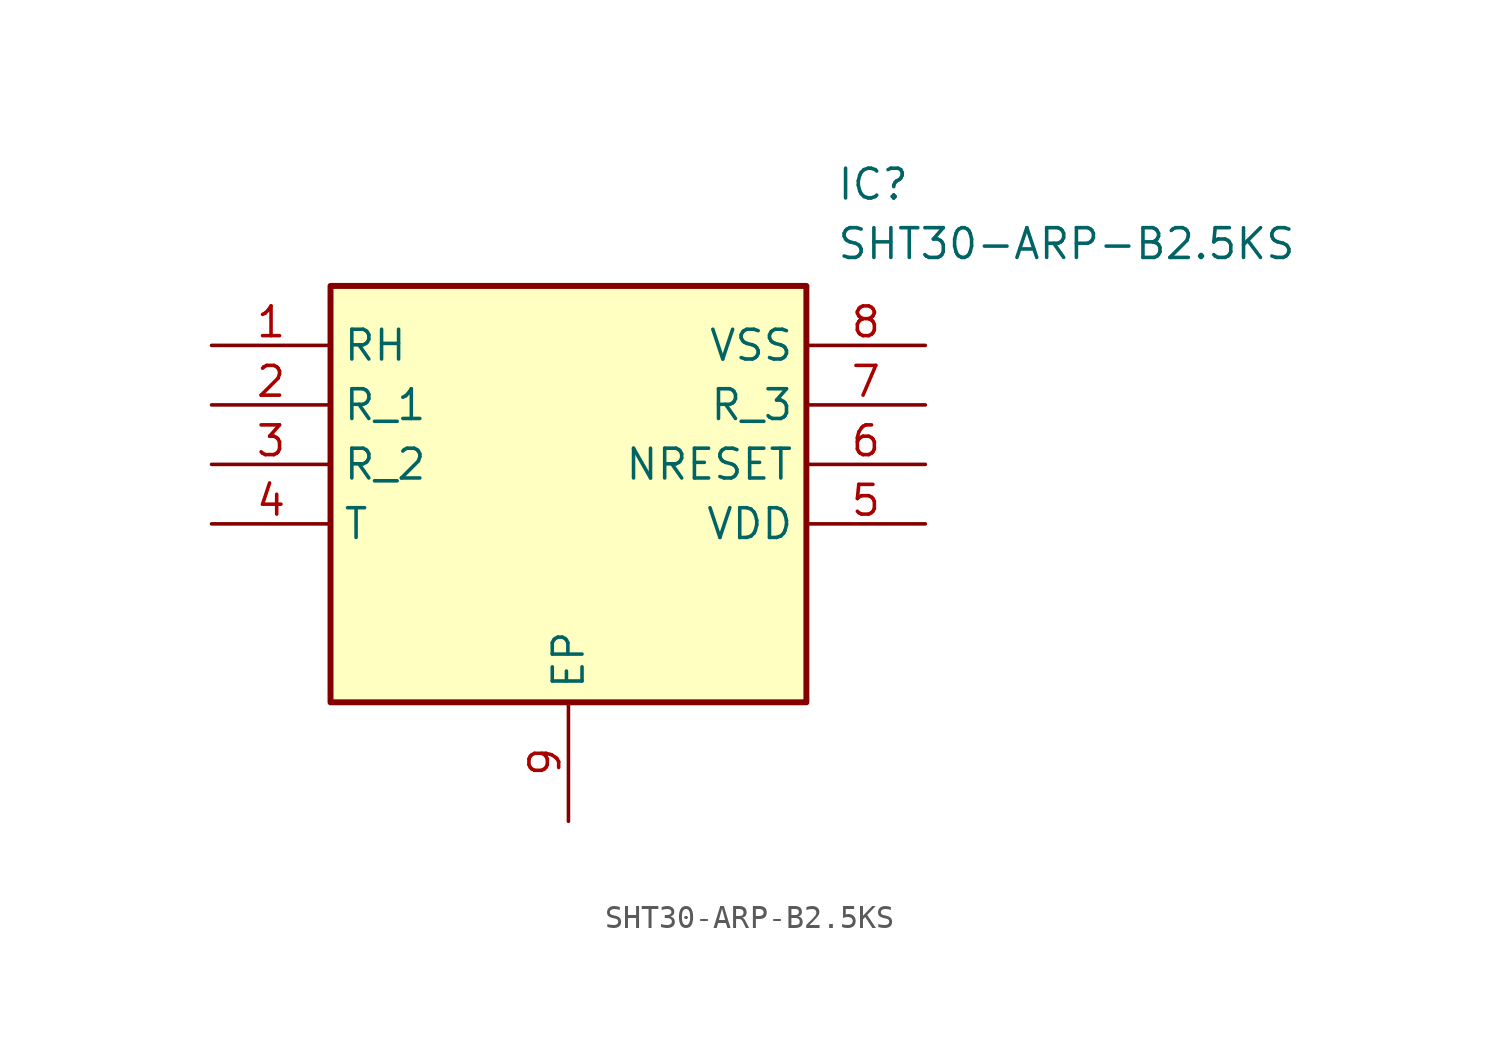
<source format=kicad_sym>
(kicad_symbol_lib
  (version 20211014)
  (generator SamacSys_ECAD_Model)
  (symbol "SHT30-ARP-B2.5KS"
    (property "Reference" "IC"
      (at 26.67 7.62 0)
      (effects (font (size 1.27 1.27)) (justify left top)))
    (property "Value" "SHT30-ARP-B2.5KS"
      (at 26.67 5.08 0)
      (effects (font (size 1.27 1.27)) (justify left top)))
    (rectangle
      (start 5.08 2.54)
      (end 25.4 -15.24)
      (stroke (width 0.254) (type default))
      (fill (type background)))
    (pin passive line
      (at 0 0 0)
      (length 5.08)
      (name "RH" (effects (font (size 1.27 1.27))))
      (number "1" (effects (font (size 1.27 1.27)))))
    (pin passive line
      (at 0 -2.54 0)
      (length 5.08)
      (name "R_1" (effects (font (size 1.27 1.27))))
      (number "2" (effects (font (size 1.27 1.27)))))
    (pin passive line
      (at 0 -5.08 0)
      (length 5.08)
      (name "R_2" (effects (font (size 1.27 1.27))))
      (number "3" (effects (font (size 1.27 1.27)))))
    (pin passive line
      (at 0 -7.62 0)
      (length 5.08)
      (name "T" (effects (font (size 1.27 1.27))))
      (number "4" (effects (font (size 1.27 1.27)))))
    (pin passive line
      (at 15.24 -20.32 90)
      (length 5.08)
      (name "EP" (effects (font (size 1.27 1.27))))
      (number "9" (effects (font (size 1.27 1.27)))))
    (pin passive line
      (at 30.48 0 180)
      (length 5.08)
      (name "VSS" (effects (font (size 1.27 1.27))))
      (number "8" (effects (font (size 1.27 1.27)))))
    (pin passive line
      (at 30.48 -2.54 180)
      (length 5.08)
      (name "R_3" (effects (font (size 1.27 1.27))))
      (number "7" (effects (font (size 1.27 1.27)))))
    (pin passive line
      (at 30.48 -5.08 180)
      (length 5.08)
      (name "NRESET" (effects (font (size 1.27 1.27))))
      (number "6" (effects (font (size 1.27 1.27)))))
    (pin passive line
      (at 30.48 -7.62 180)
      (length 5.08)
      (name "VDD" (effects (font (size 1.27 1.27))))
      (number "5" (effects (font (size 1.27 1.27)))))))
</source>
